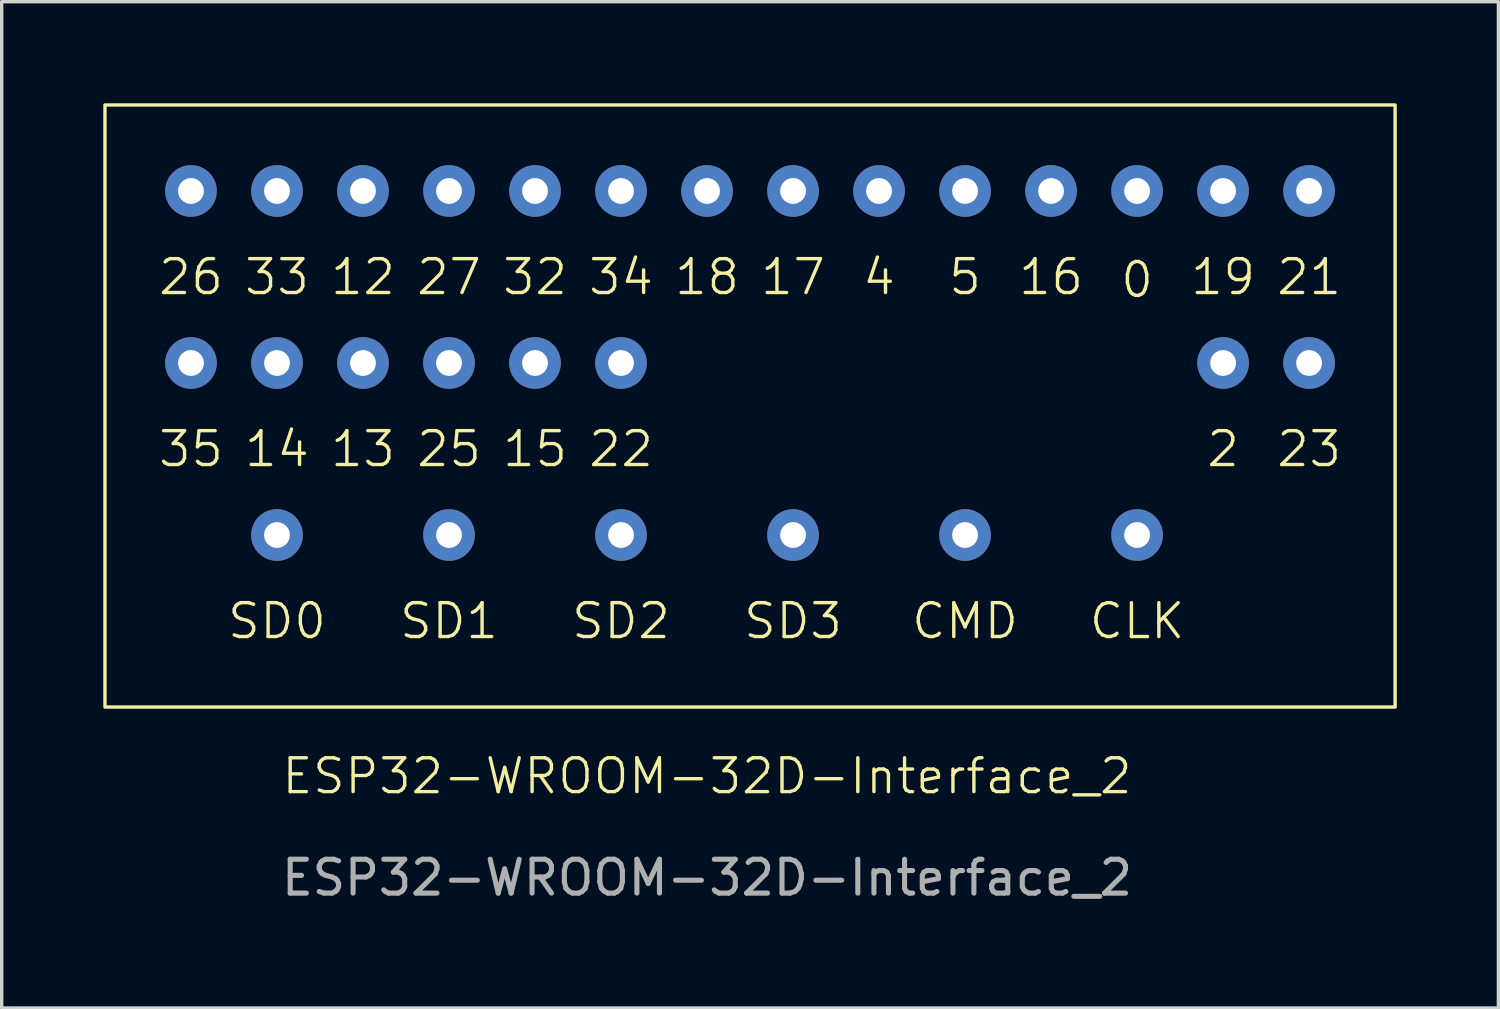
<source format=kicad_pcb>
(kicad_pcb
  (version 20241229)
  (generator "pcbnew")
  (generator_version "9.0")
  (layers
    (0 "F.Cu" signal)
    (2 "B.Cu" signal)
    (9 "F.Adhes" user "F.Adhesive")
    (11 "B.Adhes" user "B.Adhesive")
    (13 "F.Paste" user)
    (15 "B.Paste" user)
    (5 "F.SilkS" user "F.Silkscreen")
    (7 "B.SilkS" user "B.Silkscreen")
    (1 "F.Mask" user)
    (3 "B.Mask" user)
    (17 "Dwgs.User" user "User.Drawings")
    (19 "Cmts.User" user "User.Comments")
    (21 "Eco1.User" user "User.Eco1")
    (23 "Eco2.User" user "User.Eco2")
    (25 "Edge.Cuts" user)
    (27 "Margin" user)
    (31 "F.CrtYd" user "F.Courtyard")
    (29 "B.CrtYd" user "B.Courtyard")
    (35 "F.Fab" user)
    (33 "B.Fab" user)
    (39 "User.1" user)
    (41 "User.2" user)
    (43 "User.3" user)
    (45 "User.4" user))
  (footprint "ESP32-WROOM-32D-Interface_2"
    (layer "F.Cu")
    (at 17.83 20.37)
    (property "Reference" "ESP32-WROOM-32D-Interface_2" (at 0 -0.5 0) (unlocked yes) (layer "F.SilkS") (effects (font (size 1 1) (thickness 0.1))))
    (attr through_hole)
    (fp_rect (start -17.78 -20.32) (end 20.32 -2.54) (stroke (width 0.1) (type default)) (fill no) (layer "F.SilkS"))
    (fp_text user "SD2" (at -2.54 -5.08 0) (unlocked yes) (layer "F.SilkS") (effects (font (size 1 1) (thickness 0.1))))
    (fp_text user "23" (at 17.78 -10.16 0) (unlocked yes) (layer "F.SilkS") (effects (font (size 1 1) (thickness 0.1))))
    (fp_text user "CMD" (at 7.62 -5.08 0) (unlocked yes) (layer "F.SilkS") (effects (font (size 1 1) (thickness 0.1))))
    (fp_text user "34" (at -2.54 -15.24 0) (unlocked yes) (layer "F.SilkS") (effects (font (size 1 1) (thickness 0.1))))
    (fp_text user "33" (at -12.7 -15.24 0) (unlocked yes) (layer "F.SilkS") (effects (font (size 1 1) (thickness 0.1))))
    (fp_text user "21" (at 17.78 -15.24 0) (unlocked yes) (layer "F.SilkS") (effects (font (size 1 1) (thickness 0.1))))
    (fp_text user "32" (at -5.08 -15.24 0) (unlocked yes) (layer "F.SilkS") (effects (font (size 1 1) (thickness 0.1))))
    (fp_text user "14" (at -12.7 -10.16 0) (unlocked yes) (layer "F.SilkS") (effects (font (size 1 1) (thickness 0.1))))
    (fp_text user "17" (at 2.54 -15.24 0) (unlocked yes) (layer "F.SilkS") (effects (font (size 1 1) (thickness 0.1))))
    (fp_text user "4" (at 5.08 -15.24 0) (unlocked yes) (layer "F.SilkS") (effects (font (size 1 1) (thickness 0.1))))
    (fp_text user "16" (at 10.16 -15.24 0) (unlocked yes) (layer "F.SilkS") (effects (font (size 1 1) (thickness 0.1))))
    (fp_text user "SD0" (at -12.7 -5.08 0) (unlocked yes) (layer "F.SilkS") (effects (font (size 1 1) (thickness 0.1))))
    (fp_text user "0" (at 12.7 -15.24 180) (unlocked yes) (layer "F.SilkS") (effects (font (size 1 1) (thickness 0.1))))
    (fp_text user "SD1" (at -7.62 -5.08 0) (unlocked yes) (layer "F.SilkS") (effects (font (size 1 1) (thickness 0.1))))
    (fp_text user "27" (at -7.62 -15.24 0) (unlocked yes) (layer "F.SilkS") (effects (font (size 1 1) (thickness 0.1))))
    (fp_text user "12" (at -10.16 -15.24 0) (unlocked yes) (layer "F.SilkS") (effects (font (size 1 1) (thickness 0.1))))
    (fp_text user "26" (at -15.24 -15.24 0) (unlocked yes) (layer "F.SilkS") (effects (font (size 1 1) (thickness 0.1))))
    (fp_text user "2" (at 15.24 -10.16 0) (unlocked yes) (layer "F.SilkS") (effects (font (size 1 1) (thickness 0.1))))
    (fp_text user "CLK" (at 12.7 -5.08 0) (unlocked yes) (layer "F.SilkS") (effects (font (size 1 1) (thickness 0.1))))
    (fp_text user "SD3" (at 2.54 -5.08 0) (unlocked yes) (layer "F.SilkS") (effects (font (size 1 1) (thickness 0.1))))
    (fp_text user "35" (at -15.24 -10.16 0) (unlocked yes) (layer "F.SilkS") (effects (font (size 1 1) (thickness 0.1))))
    (fp_text user "25" (at -7.62 -10.16 0) (unlocked yes) (layer "F.SilkS") (effects (font (size 1 1) (thickness 0.1))))
    (fp_text user "19" (at 15.24 -15.24 0) (unlocked yes) (layer "F.SilkS") (effects (font (size 1 1) (thickness 0.1))))
    (fp_text user "22" (at -2.54 -10.16 0) (unlocked yes) (layer "F.SilkS") (effects (font (size 1 1) (thickness 0.1))))
    (fp_text user "15" (at -5.08 -10.16 0) (unlocked yes) (layer "F.SilkS") (effects (font (size 1 1) (thickness 0.1))))
    (fp_text user "18" (at 0 -15.24 0) (unlocked yes) (layer "F.SilkS") (effects (font (size 1 1) (thickness 0.1))))
    (fp_text user "5" (at 7.62 -15.24 0) (unlocked yes) (layer "F.SilkS") (effects (font (size 1 1) (thickness 0.1))))
    (fp_text user "13" (at -10.16 -10.16 0) (unlocked yes) (layer "F.SilkS") (effects (font (size 1 1) (thickness 0.1))))
    (fp_text user "${REFERENCE}" (at 0 2.5 0) (unlocked yes) (layer "F.Fab") (effects (font (size 1 1) (thickness 0.15))))
    (pad "6" thru_hole circle (at -2.54 -17.78 180) (size 1.524 1.524) (drill 0.762) (layers "*.Cu" "*.Mask"))
    (pad "7" thru_hole circle (at -15.24 -12.7 180) (size 1.524 1.524) (drill 0.762) (layers "*.Cu" "*.Mask"))
    (pad "8" thru_hole circle (at -5.08 -17.78 180) (size 1.524 1.524) (drill 0.762) (layers "*.Cu" "*.Mask"))
    (pad "9" thru_hole circle (at -12.7 -17.78 180) (size 1.524 1.524) (drill 0.762) (layers "*.Cu" "*.Mask"))
    (pad "10" thru_hole circle (at -7.62 -12.7 180) (size 1.524 1.524) (drill 0.762) (layers "*.Cu" "*.Mask"))
    (pad "11" thru_hole circle (at -15.24 -17.78 180) (size 1.524 1.524) (drill 0.762) (layers "*.Cu" "*.Mask"))
    (pad "12" thru_hole circle (at -7.62 -17.78 180) (size 1.524 1.524) (drill 0.762) (layers "*.Cu" "*.Mask"))
    (pad "13" thru_hole circle (at -12.7 -12.7 180) (size 1.524 1.524) (drill 0.762) (layers "*.Cu" "*.Mask"))
    (pad "14" thru_hole circle (at -10.16 -17.78 180) (size 1.524 1.524) (drill 0.762) (layers "*.Cu" "*.Mask"))
    (pad "16" thru_hole circle (at -10.16 -12.7 180) (size 1.524 1.524) (drill 0.762) (layers "*.Cu" "*.Mask"))
    (pad "17" thru_hole circle (at -2.54 -7.62 180) (size 1.524 1.524) (drill 0.762) (layers "*.Cu" "*.Mask"))
    (pad "18" thru_hole circle (at 2.54 -7.62 180) (size 1.524 1.524) (drill 0.762) (layers "*.Cu" "*.Mask"))
    (pad "19" thru_hole circle (at 7.62 -7.62 180) (size 1.524 1.524) (drill 0.762) (layers "*.Cu" "*.Mask"))
    (pad "20" thru_hole circle (at 12.7 -7.62 180) (size 1.524 1.524) (drill 0.762) (layers "*.Cu" "*.Mask"))
    (pad "21" thru_hole circle (at -12.7 -7.62 180) (size 1.524 1.524) (drill 0.762) (layers "*.Cu" "*.Mask"))
    (pad "22" thru_hole circle (at -7.62 -7.62 180) (size 1.524 1.524) (drill 0.762) (layers "*.Cu" "*.Mask"))
    (pad "23" thru_hole circle (at -5.08 -12.7 180) (size 1.524 1.524) (drill 0.762) (layers "*.Cu" "*.Mask"))
    (pad "24" thru_hole circle (at 15.24 -12.7 180) (size 1.524 1.524) (drill 0.762) (layers "*.Cu" "*.Mask"))
    (pad "25" thru_hole circle (at 12.7 -17.78 180) (size 1.524 1.524) (drill 0.762) (layers "*.Cu" "*.Mask"))
    (pad "26" thru_hole circle (at 5.08 -17.78 180) (size 1.524 1.524) (drill 0.762) (layers "*.Cu" "*.Mask"))
    (pad "27" thru_hole circle (at 10.16 -17.78 180) (size 1.524 1.524) (drill 0.762) (layers "*.Cu" "*.Mask"))
    (pad "28" thru_hole circle (at 2.54 -17.78 180) (size 1.524 1.524) (drill 0.762) (layers "*.Cu" "*.Mask"))
    (pad "29" thru_hole circle (at 7.62 -17.78 180) (size 1.524 1.524) (drill 0.762) (layers "*.Cu" "*.Mask"))
    (pad "30" thru_hole circle (at 0 -17.78 180) (size 1.524 1.524) (drill 0.762) (layers "*.Cu" "*.Mask"))
    (pad "31" thru_hole circle (at 15.24 -17.78 180) (size 1.524 1.524) (drill 0.762) (layers "*.Cu" "*.Mask"))
    (pad "33" thru_hole circle (at 17.78 -17.78 180) (size 1.524 1.524) (drill 0.762) (layers "*.Cu" "*.Mask"))
    (pad "36" thru_hole circle (at -2.54 -12.7 180) (size 1.524 1.524) (drill 0.762) (layers "*.Cu" "*.Mask"))
    (pad "37" thru_hole circle (at 17.78 -12.7 180) (size 1.524 1.524) (drill 0.762) (layers "*.Cu" "*.Mask")))
  (gr_rect
    (start -3 -3)
    (end 41.2 26.718)
    (stroke (width 0.1) (type default))
    (fill no)
    (layer "Edge.Cuts")))
</source>
